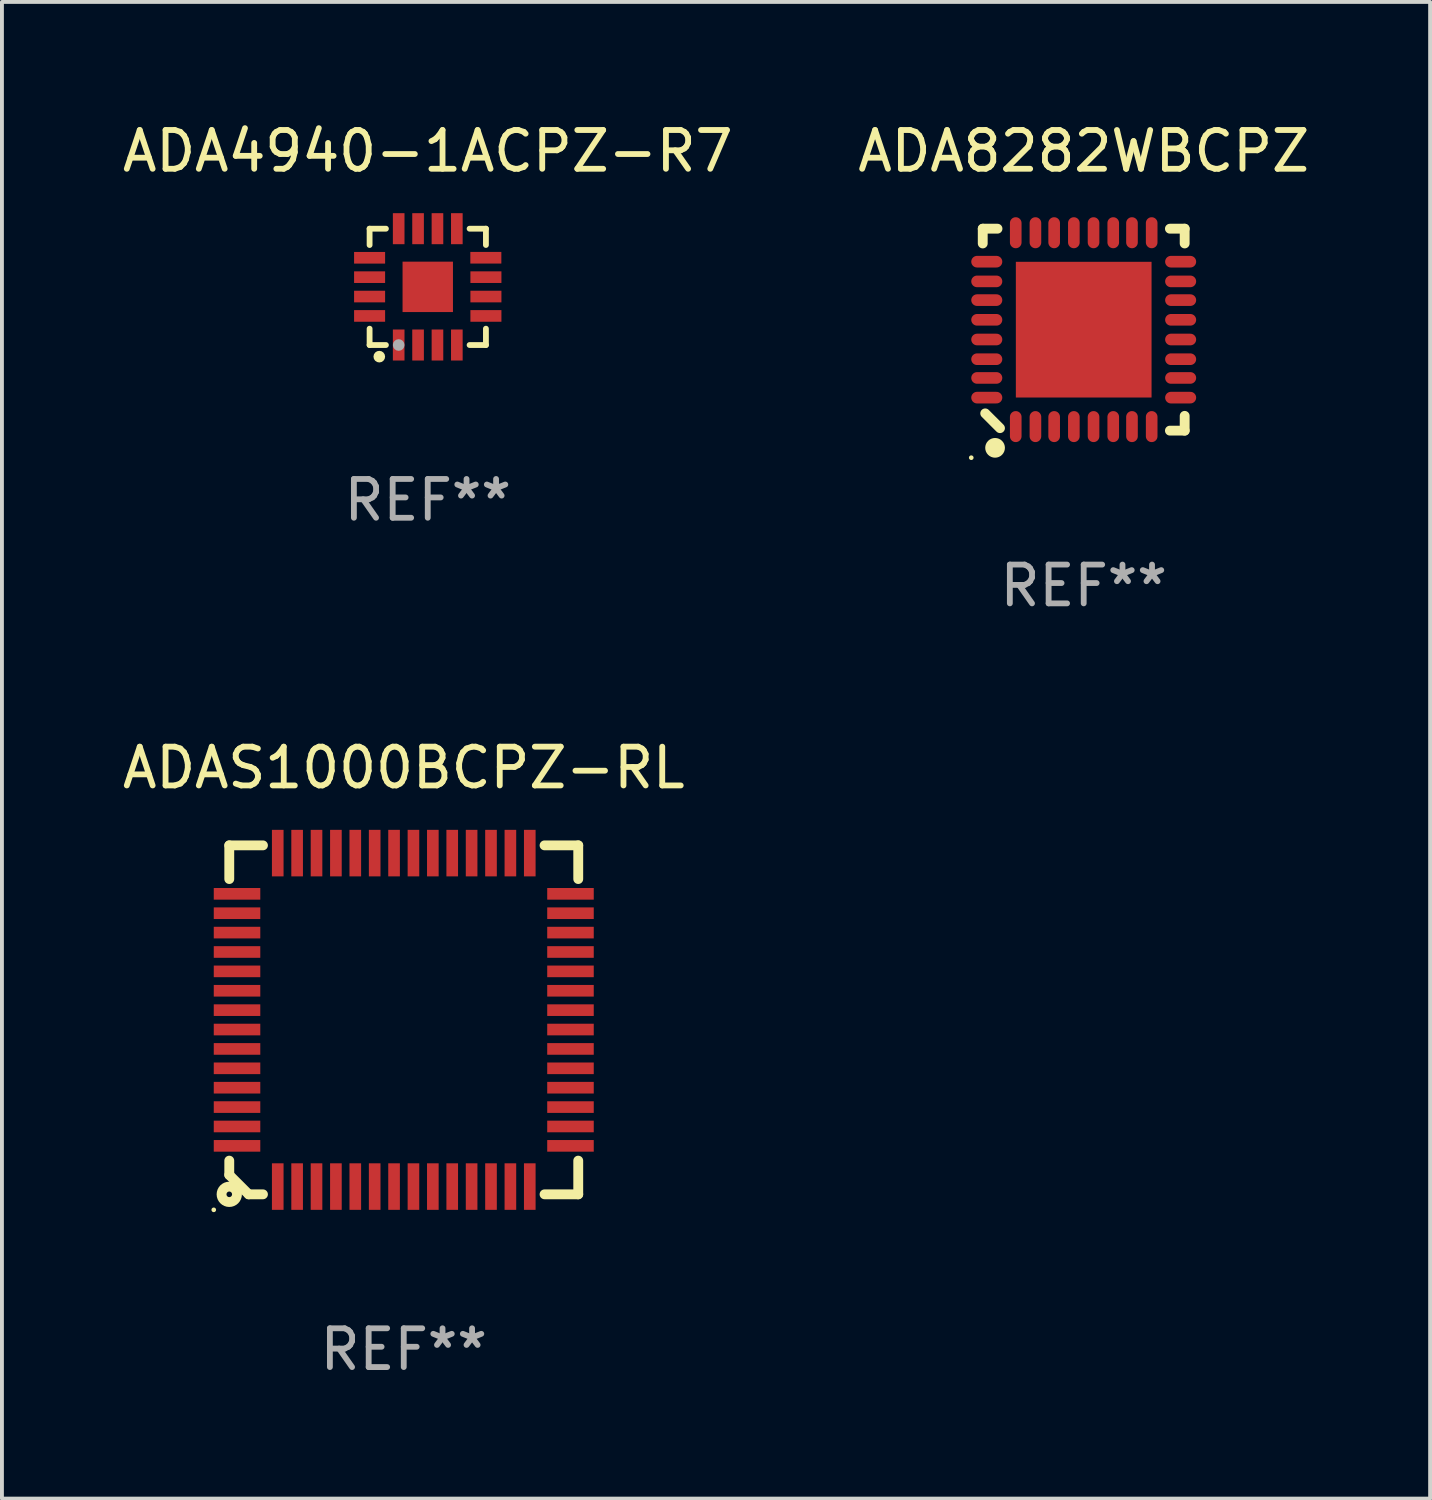
<source format=kicad_pcb>
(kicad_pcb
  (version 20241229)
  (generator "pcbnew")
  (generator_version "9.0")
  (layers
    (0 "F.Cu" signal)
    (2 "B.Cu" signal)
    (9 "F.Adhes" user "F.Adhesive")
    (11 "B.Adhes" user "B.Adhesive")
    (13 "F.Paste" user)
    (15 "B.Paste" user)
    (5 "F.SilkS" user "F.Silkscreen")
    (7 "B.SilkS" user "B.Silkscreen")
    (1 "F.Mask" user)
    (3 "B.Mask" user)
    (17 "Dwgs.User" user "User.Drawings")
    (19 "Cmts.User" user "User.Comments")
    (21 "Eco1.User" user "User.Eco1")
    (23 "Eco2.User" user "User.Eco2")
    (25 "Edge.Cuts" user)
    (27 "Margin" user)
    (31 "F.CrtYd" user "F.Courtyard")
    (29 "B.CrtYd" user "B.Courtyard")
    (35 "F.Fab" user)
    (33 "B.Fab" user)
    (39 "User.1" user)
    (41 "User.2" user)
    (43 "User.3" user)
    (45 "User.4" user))
  (footprint "ADA8282WBCPZ"
    (layer "F.Cu")
    (at 24.899 5.452)
    (property "Reference" "ADA8282WBCPZ" (at 0 -4.604 0) (layer "F.SilkS") (effects (font (size 1 1) (thickness 0.15))))
    (attr through_hole)
    (fp_line (start -2.604 -2.604) (end -2.604 -2.223) (stroke (width 0.254) (type solid)) (layer "F.SilkS"))
    (fp_line (start -2.54 2.159) (end -2.159 2.54) (stroke (width 0.254) (type solid)) (layer "F.SilkS"))
    (fp_line (start -2.223 -2.604) (end -2.604 -2.604) (stroke (width 0.254) (type solid)) (layer "F.SilkS"))
    (fp_line (start 2.223 2.604) (end 2.604 2.604) (stroke (width 0.254) (type solid)) (layer "F.SilkS"))
    (fp_line (start 2.604 -2.604) (end 2.223 -2.604) (stroke (width 0.254) (type solid)) (layer "F.SilkS"))
    (fp_line (start 2.604 -2.223) (end 2.604 -2.604) (stroke (width 0.254) (type solid)) (layer "F.SilkS"))
    (fp_line (start 2.604 2.604) (end 2.604 2.223) (stroke (width 0.254) (type solid)) (layer "F.SilkS"))
    (fp_circle (center -2.9 3.302) (end -2.87 3.302) (stroke (width 0.06) (type solid)) (fill no) (layer "F.SilkS"))
    (fp_circle (center -2.286 3.048) (end -2.159 3.048) (stroke (width 0.254) (type solid)) (fill no) (layer "F.SilkS"))
    (fp_text user "REF**" (at 0 6.604 0) (layer "F.Fab") (effects (font (size 1 1) (thickness 0.15))))
    (pad "1" smd oval (at -1.753 2.5 90) (size 0.8 0.3) (layers "F.Cu" "F.Mask" "F.Paste"))
    (pad "2" smd oval (at -1.245 2.5 90) (size 0.8 0.3) (layers "F.Cu" "F.Mask" "F.Paste"))
    (pad "3" smd oval (at -0.762 2.5 90) (size 0.8 0.3) (layers "F.Cu" "F.Mask" "F.Paste"))
    (pad "4" smd oval (at -0.254 2.5 90) (size 0.8 0.3) (layers "F.Cu" "F.Mask" "F.Paste"))
    (pad "5" smd oval (at 0.254 2.5 90) (size 0.8 0.3) (layers "F.Cu" "F.Mask" "F.Paste"))
    (pad "6" smd oval (at 0.762 2.5 90) (size 0.8 0.3) (layers "F.Cu" "F.Mask" "F.Paste"))
    (pad "7" smd oval (at 1.245 2.5 90) (size 0.8 0.3) (layers "F.Cu" "F.Mask" "F.Paste"))
    (pad "8" smd oval (at 1.753 2.5 90) (size 0.8 0.3) (layers "F.Cu" "F.Mask" "F.Paste"))
    (pad "9" smd oval (at 2.5 1.753 180) (size 0.8 0.3) (layers "F.Cu" "F.Mask" "F.Paste"))
    (pad "10" smd oval (at 2.5 1.245 180) (size 0.8 0.3) (layers "F.Cu" "F.Mask" "F.Paste"))
    (pad "11" smd oval (at 2.5 0.762 180) (size 0.8 0.3) (layers "F.Cu" "F.Mask" "F.Paste"))
    (pad "12" smd oval (at 2.5 0.254 180) (size 0.8 0.3) (layers "F.Cu" "F.Mask" "F.Paste"))
    (pad "13" smd oval (at 2.5 -0.254 180) (size 0.8 0.3) (layers "F.Cu" "F.Mask" "F.Paste"))
    (pad "14" smd oval (at 2.5 -0.762 180) (size 0.8 0.3) (layers "F.Cu" "F.Mask" "F.Paste"))
    (pad "15" smd oval (at 2.5 -1.245 180) (size 0.8 0.3) (layers "F.Cu" "F.Mask" "F.Paste"))
    (pad "16" smd oval (at 2.5 -1.753 180) (size 0.8 0.3) (layers "F.Cu" "F.Mask" "F.Paste"))
    (pad "17" smd oval (at 1.753 -2.5 270) (size 0.8 0.3) (layers "F.Cu" "F.Mask" "F.Paste"))
    (pad "18" smd oval (at 1.245 -2.5 270) (size 0.8 0.3) (layers "F.Cu" "F.Mask" "F.Paste"))
    (pad "19" smd oval (at 0.762 -2.5 270) (size 0.8 0.3) (layers "F.Cu" "F.Mask" "F.Paste"))
    (pad "20" smd oval (at 0.254 -2.5 270) (size 0.8 0.3) (layers "F.Cu" "F.Mask" "F.Paste"))
    (pad "21" smd oval (at -0.254 -2.5 270) (size 0.8 0.3) (layers "F.Cu" "F.Mask" "F.Paste"))
    (pad "22" smd oval (at -0.762 -2.5 270) (size 0.8 0.3) (layers "F.Cu" "F.Mask" "F.Paste"))
    (pad "23" smd oval (at -1.245 -2.5 270) (size 0.8 0.3) (layers "F.Cu" "F.Mask" "F.Paste"))
    (pad "24" smd oval (at -1.753 -2.5 270) (size 0.8 0.3) (layers "F.Cu" "F.Mask" "F.Paste"))
    (pad "25" smd oval (at -2.5 -1.753) (size 0.8 0.3) (layers "F.Cu" "F.Mask" "F.Paste"))
    (pad "26" smd oval (at -2.5 -1.245) (size 0.8 0.3) (layers "F.Cu" "F.Mask" "F.Paste"))
    (pad "27" smd oval (at -2.5 -0.762) (size 0.8 0.3) (layers "F.Cu" "F.Mask" "F.Paste"))
    (pad "28" smd oval (at -2.5 -0.254) (size 0.8 0.3) (layers "F.Cu" "F.Mask" "F.Paste"))
    (pad "29" smd oval (at -2.5 0.254) (size 0.8 0.3) (layers "F.Cu" "F.Mask" "F.Paste"))
    (pad "30" smd oval (at -2.5 0.762) (size 0.8 0.3) (layers "F.Cu" "F.Mask" "F.Paste"))
    (pad "31" smd oval (at -2.5 1.245) (size 0.8 0.3) (layers "F.Cu" "F.Mask" "F.Paste"))
    (pad "32" smd oval (at -2.5 1.753) (size 0.8 0.3) (layers "F.Cu" "F.Mask" "F.Paste"))
    (pad "33" smd rect (at 0 -0.000025 90) (size 3.5 3.5) (layers "F.Cu" "F.Mask" "F.Paste")))
  (footprint "ADAS1000BCPZ-RL"
    (layer "F.Cu")
    (at 7.363 23.252)
    (property "Reference" "ADAS1000BCPZ-RL" (at 0 -6.5 0) (layer "F.SilkS") (effects (font (size 1 1) (thickness 0.15))))
    (attr through_hole)
    (fp_line (start -4.5 -4.5) (end -4.5 -3.631) (stroke (width 0.254) (type solid)) (layer "F.SilkS"))
    (fp_line (start -4.5 3.631) (end -4.5 4) (stroke (width 0.254) (type solid)) (layer "F.SilkS"))
    (fp_line (start -4.5 4) (end -4 4.5) (stroke (width 0.254) (type solid)) (layer "F.SilkS"))
    (fp_line (start -4 4.5) (end -3.631 4.5) (stroke (width 0.254) (type solid)) (layer "F.SilkS"))
    (fp_line (start -3.631 -4.5) (end -4.5 -4.5) (stroke (width 0.254) (type solid)) (layer "F.SilkS"))
    (fp_line (start 3.631 4.5) (end 4.5 4.5) (stroke (width 0.254) (type solid)) (layer "F.SilkS"))
    (fp_line (start 4.5 -4.5) (end 3.631 -4.5) (stroke (width 0.254) (type solid)) (layer "F.SilkS"))
    (fp_line (start 4.5 -3.631) (end 4.5 -4.5) (stroke (width 0.254) (type solid)) (layer "F.SilkS"))
    (fp_line (start 4.5 4.5) (end 4.5 3.631) (stroke (width 0.254) (type solid)) (layer "F.SilkS"))
    (fp_circle (center -4.9 4.9) (end -4.87 4.9) (stroke (width 0.06) (type solid)) (fill no) (layer "F.SilkS"))
    (fp_circle (center -4.5 4.5) (end -4.428 4.5) (stroke (width 0.254) (type solid)) (fill no) (layer "F.SilkS"))
    (fp_text user "REF**" (at 0 8.5 0) (layer "F.Fab") (effects (font (size 1 1) (thickness 0.15))))
    (pad "1" smd rect (at -3.25 4.3) (size 0.3 1.2) (layers "F.Cu" "F.Mask" "F.Paste"))
    (pad "2" smd rect (at -2.75 4.3) (size 0.3 1.2) (layers "F.Cu" "F.Mask" "F.Paste"))
    (pad "3" smd rect (at -2.25 4.3) (size 0.3 1.2) (layers "F.Cu" "F.Mask" "F.Paste"))
    (pad "4" smd rect (at -1.75 4.3) (size 0.3 1.2) (layers "F.Cu" "F.Mask" "F.Paste"))
    (pad "5" smd rect (at -1.25 4.3) (size 0.3 1.2) (layers "F.Cu" "F.Mask" "F.Paste"))
    (pad "6" smd rect (at -0.75 4.3) (size 0.3 1.2) (layers "F.Cu" "F.Mask" "F.Paste"))
    (pad "7" smd rect (at -0.25 4.3) (size 0.3 1.2) (layers "F.Cu" "F.Mask" "F.Paste"))
    (pad "8" smd rect (at 0.25 4.3) (size 0.3 1.2) (layers "F.Cu" "F.Mask" "F.Paste"))
    (pad "9" smd rect (at 0.75 4.3) (size 0.3 1.2) (layers "F.Cu" "F.Mask" "F.Paste"))
    (pad "10" smd rect (at 1.25 4.3) (size 0.3 1.2) (layers "F.Cu" "F.Mask" "F.Paste"))
    (pad "11" smd rect (at 1.75 4.3) (size 0.3 1.2) (layers "F.Cu" "F.Mask" "F.Paste"))
    (pad "12" smd rect (at 2.25 4.3) (size 0.3 1.2) (layers "F.Cu" "F.Mask" "F.Paste"))
    (pad "13" smd rect (at 2.75 4.3) (size 0.3 1.2) (layers "F.Cu" "F.Mask" "F.Paste"))
    (pad "14" smd rect (at 3.25 4.3) (size 0.3 1.2) (layers "F.Cu" "F.Mask" "F.Paste"))
    (pad "15" smd rect (at 4.3 3.25 90) (size 0.3 1.2) (layers "F.Cu" "F.Mask" "F.Paste"))
    (pad "16" smd rect (at 4.3 2.75 90) (size 0.3 1.2) (layers "F.Cu" "F.Mask" "F.Paste"))
    (pad "17" smd rect (at 4.3 2.25 90) (size 0.3 1.2) (layers "F.Cu" "F.Mask" "F.Paste"))
    (pad "18" smd rect (at 4.3 1.75 90) (size 0.3 1.2) (layers "F.Cu" "F.Mask" "F.Paste"))
    (pad "19" smd rect (at 4.3 1.25 90) (size 0.3 1.2) (layers "F.Cu" "F.Mask" "F.Paste"))
    (pad "20" smd rect (at 4.3 0.75 90) (size 0.3 1.2) (layers "F.Cu" "F.Mask" "F.Paste"))
    (pad "21" smd rect (at 4.3 0.25 90) (size 0.3 1.2) (layers "F.Cu" "F.Mask" "F.Paste"))
    (pad "22" smd rect (at 4.3 -0.25 90) (size 0.3 1.2) (layers "F.Cu" "F.Mask" "F.Paste"))
    (pad "23" smd rect (at 4.3 -0.75 90) (size 0.3 1.2) (layers "F.Cu" "F.Mask" "F.Paste"))
    (pad "24" smd rect (at 4.3 -1.25 90) (size 0.3 1.2) (layers "F.Cu" "F.Mask" "F.Paste"))
    (pad "25" smd rect (at 4.3 -1.75 90) (size 0.3 1.2) (layers "F.Cu" "F.Mask" "F.Paste"))
    (pad "26" smd rect (at 4.3 -2.25 90) (size 0.3 1.2) (layers "F.Cu" "F.Mask" "F.Paste"))
    (pad "27" smd rect (at 4.3 -2.75 90) (size 0.3 1.2) (layers "F.Cu" "F.Mask" "F.Paste"))
    (pad "28" smd rect (at 4.3 -3.25 90) (size 0.3 1.2) (layers "F.Cu" "F.Mask" "F.Paste"))
    (pad "29" smd rect (at 3.25 -4.3 180) (size 0.3 1.2) (layers "F.Cu" "F.Mask" "F.Paste"))
    (pad "30" smd rect (at 2.75 -4.3 180) (size 0.3 1.2) (layers "F.Cu" "F.Mask" "F.Paste"))
    (pad "31" smd rect (at 2.25 -4.3 180) (size 0.3 1.2) (layers "F.Cu" "F.Mask" "F.Paste"))
    (pad "32" smd rect (at 1.75 -4.3 180) (size 0.3 1.2) (layers "F.Cu" "F.Mask" "F.Paste"))
    (pad "33" smd rect (at 1.25 -4.3 180) (size 0.3 1.2) (layers "F.Cu" "F.Mask" "F.Paste"))
    (pad "34" smd rect (at 0.75 -4.3 180) (size 0.3 1.2) (layers "F.Cu" "F.Mask" "F.Paste"))
    (pad "35" smd rect (at 0.25 -4.3 180) (size 0.3 1.2) (layers "F.Cu" "F.Mask" "F.Paste"))
    (pad "36" smd rect (at -0.25 -4.3 180) (size 0.3 1.2) (layers "F.Cu" "F.Mask" "F.Paste"))
    (pad "37" smd rect (at -0.75 -4.3 180) (size 0.3 1.2) (layers "F.Cu" "F.Mask" "F.Paste"))
    (pad "38" smd rect (at -1.25 -4.3 180) (size 0.3 1.2) (layers "F.Cu" "F.Mask" "F.Paste"))
    (pad "39" smd rect (at -1.75 -4.3 180) (size 0.3 1.2) (layers "F.Cu" "F.Mask" "F.Paste"))
    (pad "40" smd rect (at -2.25 -4.3 180) (size 0.3 1.2) (layers "F.Cu" "F.Mask" "F.Paste"))
    (pad "41" smd rect (at -2.75 -4.3 180) (size 0.3 1.2) (layers "F.Cu" "F.Mask" "F.Paste"))
    (pad "42" smd rect (at -3.25 -4.3 180) (size 0.3 1.2) (layers "F.Cu" "F.Mask" "F.Paste"))
    (pad "43" smd rect (at -4.3 -3.25 270) (size 0.3 1.2) (layers "F.Cu" "F.Mask" "F.Paste"))
    (pad "44" smd rect (at -4.3 -2.75 270) (size 0.3 1.2) (layers "F.Cu" "F.Mask" "F.Paste"))
    (pad "45" smd rect (at -4.3 -2.25 270) (size 0.3 1.2) (layers "F.Cu" "F.Mask" "F.Paste"))
    (pad "46" smd rect (at -4.3 -1.75 270) (size 0.3 1.2) (layers "F.Cu" "F.Mask" "F.Paste"))
    (pad "47" smd rect (at -4.3 -1.25 270) (size 0.3 1.2) (layers "F.Cu" "F.Mask" "F.Paste"))
    (pad "48" smd rect (at -4.3 -0.75 270) (size 0.3 1.2) (layers "F.Cu" "F.Mask" "F.Paste"))
    (pad "49" smd rect (at -4.3 -0.25 270) (size 0.3 1.2) (layers "F.Cu" "F.Mask" "F.Paste"))
    (pad "50" smd rect (at -4.3 0.25 270) (size 0.3 1.2) (layers "F.Cu" "F.Mask" "F.Paste"))
    (pad "51" smd rect (at -4.3 0.75 270) (size 0.3 1.2) (layers "F.Cu" "F.Mask" "F.Paste"))
    (pad "52" smd rect (at -4.3 1.25 270) (size 0.3 1.2) (layers "F.Cu" "F.Mask" "F.Paste"))
    (pad "53" smd rect (at -4.3 1.75 270) (size 0.3 1.2) (layers "F.Cu" "F.Mask" "F.Paste"))
    (pad "54" smd rect (at -4.3 2.25 270) (size 0.3 1.2) (layers "F.Cu" "F.Mask" "F.Paste"))
    (pad "55" smd rect (at -4.3 2.75 270) (size 0.3 1.2) (layers "F.Cu" "F.Mask" "F.Paste"))
    (pad "56" smd rect (at -4.3 3.25 270) (size 0.3 1.2) (layers "F.Cu" "F.Mask" "F.Paste")))
  (footprint "ADA4940-1ACPZ-R7"
    (layer "F.Cu")
    (at 7.982 4.348)
    (property "Reference" "ADA4940-1ACPZ-R7" (at 0 -3.5 0) (layer "F.SilkS") (effects (font (size 1 1) (thickness 0.15))))
    (attr through_hole)
    (fp_line (start -1.5 -1.5) (end -1.079 -1.5) (stroke (width 0.15) (type solid)) (layer "F.SilkS"))
    (fp_line (start -1.5 -1.079) (end -1.5 -1.5) (stroke (width 0.15) (type solid)) (layer "F.SilkS"))
    (fp_line (start -1.5 1.5) (end -1.5 1.079) (stroke (width 0.15) (type solid)) (layer "F.SilkS"))
    (fp_line (start -1.5 1.5) (end -1.079 1.5) (stroke (width 0.15) (type solid)) (layer "F.SilkS"))
    (fp_line (start 1.079 -1.5) (end 1.5 -1.5) (stroke (width 0.15) (type solid)) (layer "F.SilkS"))
    (fp_line (start 1.079 1.5) (end 1.5 1.5) (stroke (width 0.15) (type solid)) (layer "F.SilkS"))
    (fp_line (start 1.5 -1.08) (end 1.5 -1.5) (stroke (width 0.15) (type solid)) (layer "F.SilkS"))
    (fp_line (start 1.5 1.5) (end 1.5 1.079) (stroke (width 0.15) (type solid)) (layer "F.SilkS"))
    (fp_circle (center -1.5 1.5) (end -1.47 1.5) (stroke (width 0.06) (type solid)) (fill no) (layer "F.SilkS"))
    (fp_circle (center -1.25 1.8) (end -1.175 1.8) (stroke (width 0.15) (type solid)) (fill no) (layer "F.SilkS"))
    (fp_circle (center -0.75 1.5) (end -0.675 1.5) (stroke (width 0.15) (type solid)) (fill no) (layer "F.Fab"))
    (fp_text user "REF**" (at 0 5.5 0) (layer "F.Fab") (effects (font (size 1 1) (thickness 0.15))))
    (pad "1" smd rect (at -0.75 1.5 180) (size 0.3 0.8) (layers "F.Cu" "F.Mask" "F.Paste"))
    (pad "2" smd rect (at -0.25 1.5 180) (size 0.3 0.8) (layers "F.Cu" "F.Mask" "F.Paste"))
    (pad "3" smd rect (at 0.25 1.5 180) (size 0.3 0.8) (layers "F.Cu" "F.Mask" "F.Paste"))
    (pad "4" smd rect (at 0.75 1.5 180) (size 0.3 0.8) (layers "F.Cu" "F.Mask" "F.Paste"))
    (pad "5" smd rect (at 1.5 0.75 90) (size 0.3 0.8) (layers "F.Cu" "F.Mask" "F.Paste"))
    (pad "6" smd rect (at 1.5 0.25 90) (size 0.3 0.8) (layers "F.Cu" "F.Mask" "F.Paste"))
    (pad "7" smd rect (at 1.5 -0.25 90) (size 0.3 0.8) (layers "F.Cu" "F.Mask" "F.Paste"))
    (pad "8" smd rect (at 1.498 -0.751 90) (size 0.3 0.8) (layers "F.Cu" "F.Mask" "F.Paste"))
    (pad "9" smd rect (at 0.75 -1.5 180) (size 0.3 0.8) (layers "F.Cu" "F.Mask" "F.Paste"))
    (pad "10" smd rect (at 0.25 -1.5 180) (size 0.3 0.8) (layers "F.Cu" "F.Mask" "F.Paste"))
    (pad "11" smd rect (at -0.25 -1.5 180) (size 0.3 0.8) (layers "F.Cu" "F.Mask" "F.Paste"))
    (pad "12" smd rect (at -0.75 -1.5 180) (size 0.3 0.8) (layers "F.Cu" "F.Mask" "F.Paste"))
    (pad "13" smd rect (at -1.5 -0.75 90) (size 0.3 0.8) (layers "F.Cu" "F.Mask" "F.Paste"))
    (pad "14" smd rect (at -1.5 -0.25 90) (size 0.3 0.8) (layers "F.Cu" "F.Mask" "F.Paste"))
    (pad "15" smd rect (at -1.5 0.25 90) (size 0.3 0.8) (layers "F.Cu" "F.Mask" "F.Paste"))
    (pad "16" smd rect (at -1.5 0.75 90) (size 0.3 0.8) (layers "F.Cu" "F.Mask" "F.Paste"))
    (pad "17" smd rect (at -0.000114 0.00014 180) (size 1.3 1.3) (layers "F.Cu" "F.Mask" "F.Paste")))
  (gr_rect
    (start -3 -3)
    (end 33.833 35.6)
    (stroke (width 0.1) (type default))
    (fill no)
    (layer "Edge.Cuts")))
</source>
